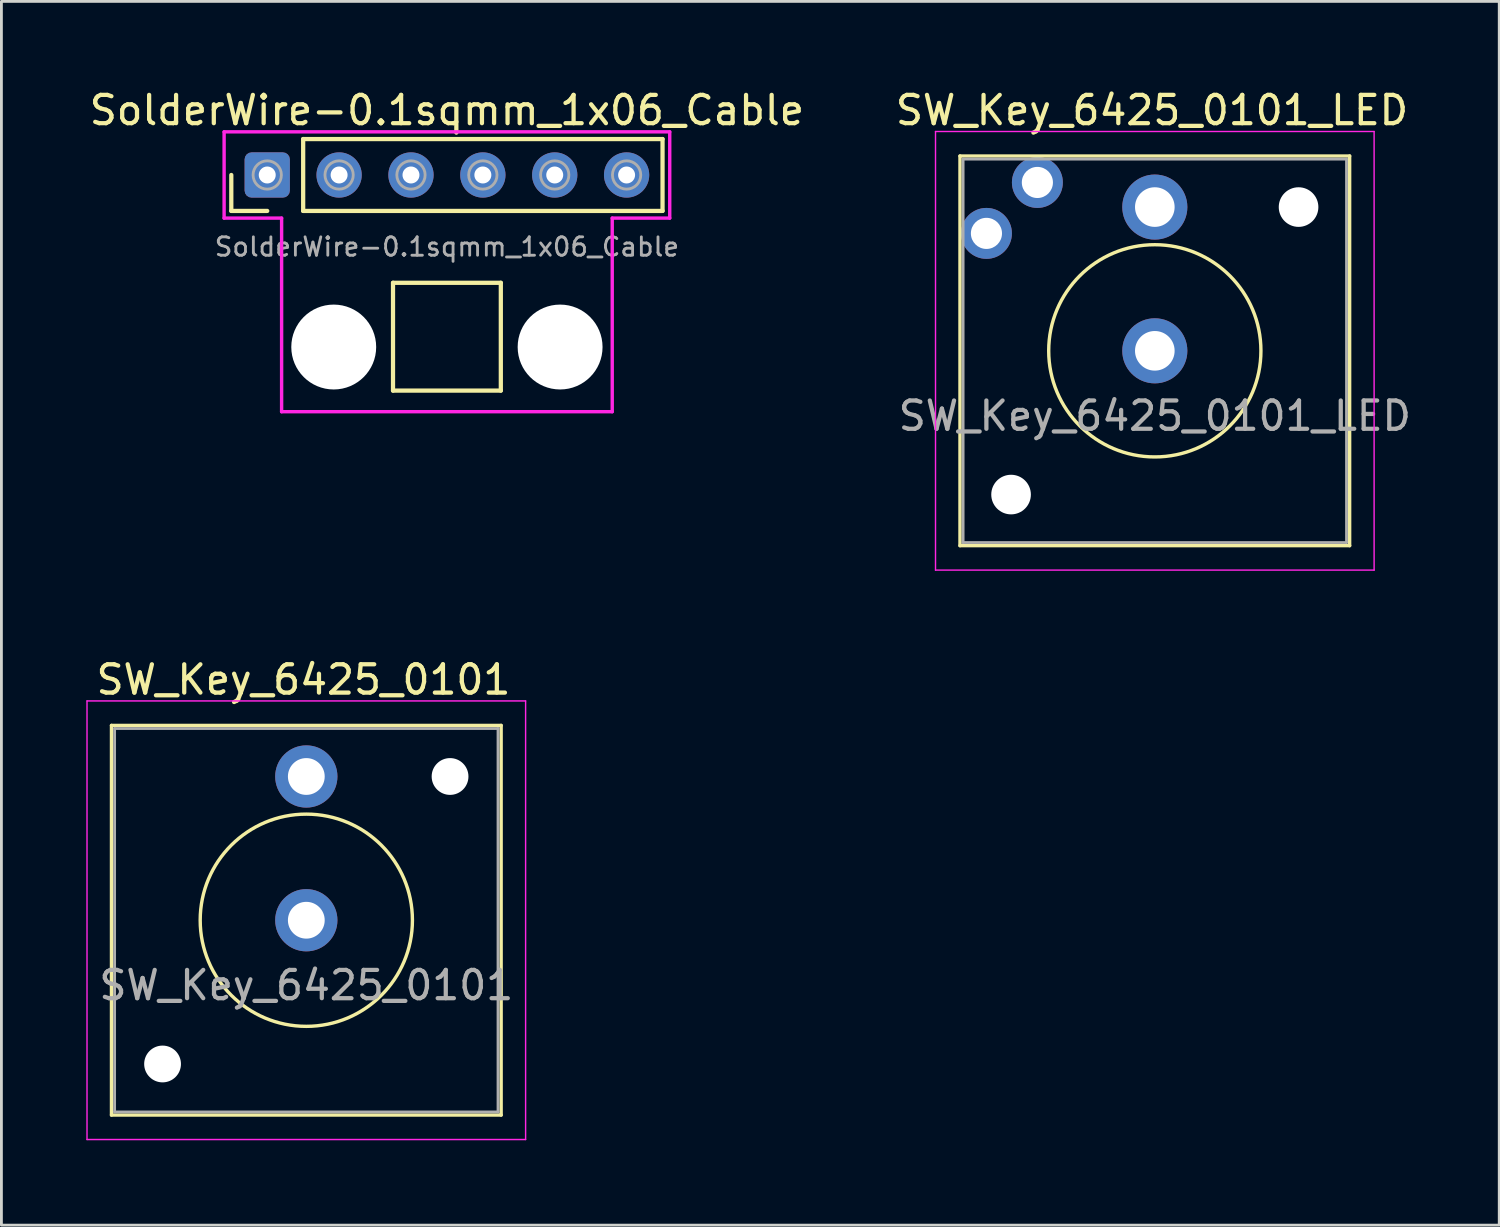
<source format=kicad_pcb>
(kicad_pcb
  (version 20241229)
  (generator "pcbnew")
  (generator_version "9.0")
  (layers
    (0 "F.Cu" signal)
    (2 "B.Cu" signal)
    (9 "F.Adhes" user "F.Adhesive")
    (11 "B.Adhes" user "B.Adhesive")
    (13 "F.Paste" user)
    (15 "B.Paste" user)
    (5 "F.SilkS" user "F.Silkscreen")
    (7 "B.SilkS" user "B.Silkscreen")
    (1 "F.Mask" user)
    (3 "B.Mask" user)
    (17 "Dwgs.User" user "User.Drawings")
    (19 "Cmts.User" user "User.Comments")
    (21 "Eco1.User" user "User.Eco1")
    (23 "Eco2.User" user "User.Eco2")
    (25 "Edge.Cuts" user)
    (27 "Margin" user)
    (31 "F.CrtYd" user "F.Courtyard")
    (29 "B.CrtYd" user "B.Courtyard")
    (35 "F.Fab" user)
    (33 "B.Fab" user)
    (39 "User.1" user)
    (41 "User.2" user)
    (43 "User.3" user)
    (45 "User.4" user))
  (footprint "SW_Key_6425_0101"
    (layer "F.Cu")
    (at 7.775 29.471)
    (property "Reference" "SW_Key_6425_0101" (at -0.1 -8.5 0) (layer "F.SilkS") (effects (font (size 1 1) (thickness 0.15))))
    (attr through_hole)
    (fp_line (start -6.885 -6.885) (end -6.885 6.885) (stroke (width 0.12) (type solid)) (layer "F.SilkS"))
    (fp_line (start -6.885 -6.885) (end 6.885 -6.885) (stroke (width 0.12) (type solid)) (layer "F.SilkS"))
    (fp_line (start 6.885 -6.885) (end 6.885 6.885) (stroke (width 0.12) (type solid)) (layer "F.SilkS"))
    (fp_line (start 6.885 6.885) (end -6.885 6.885) (stroke (width 0.12) (type solid)) (layer "F.SilkS"))
    (fp_circle (center 0 0) (end 3.75 0) (stroke (width 0.12) (type solid)) (fill no) (layer "F.SilkS"))
    (fp_line (start -7.75 -7.75) (end -7.75 7.75) (stroke (width 0.05) (type solid)) (layer "F.CrtYd"))
    (fp_line (start -7.75 -7.75) (end 7.75 -7.75) (stroke (width 0.05) (type solid)) (layer "F.CrtYd"))
    (fp_line (start 7.75 7.75) (end -7.75 7.75) (stroke (width 0.05) (type solid)) (layer "F.CrtYd"))
    (fp_line (start 7.75 7.75) (end 7.75 -7.75) (stroke (width 0.05) (type solid)) (layer "F.CrtYd"))
    (fp_line (start -6.775 -6.775) (end 6.775 -6.775) (stroke (width 0.1) (type solid)) (layer "F.Fab"))
    (fp_line (start -6.775 6.775) (end -6.775 -6.775) (stroke (width 0.1) (type solid)) (layer "F.Fab"))
    (fp_line (start 6.775 -6.775) (end 6.775 6.775) (stroke (width 0.1) (type solid)) (layer "F.Fab"))
    (fp_line (start 6.775 6.775) (end -6.775 6.775) (stroke (width 0.1) (type solid)) (layer "F.Fab"))
    (fp_text user "${REFERENCE}" (at 0 2.3 0) (layer "F.Fab") (effects (font (size 1 1) (thickness 0.15))))
    (pad "" np_thru_hole circle (at -5.08 5.08) (size 1.3 1.3) (drill 1.3) (layers "*.Cu" "*.Mask"))
    (pad "" np_thru_hole circle (at 5.08 -5.08) (size 1.3 1.3) (drill 1.3) (layers "*.Cu" "*.Mask"))
    (pad "1" thru_hole circle (at 0 0) (size 2.2 2.2) (drill 1.3) (layers "*.Cu" "*.Mask"))
    (pad "2" thru_hole circle (at 0 -5.08) (size 2.2 2.2) (drill 1.3) (layers "*.Cu" "*.Mask")))
  (footprint "SW_Key_6425_0101_LED"
    (layer "F.Cu")
    (at 37.761 9.348)
    (property "Reference" "SW_Key_6425_0101_LED" (at -0.1 -8.5 0) (layer "F.SilkS") (effects (font (size 1 1) (thickness 0.15))))
    (attr through_hole)
    (fp_line (start -6.885 -6.885) (end -6.885 6.885) (stroke (width 0.12) (type solid)) (layer "F.SilkS"))
    (fp_line (start -6.885 -6.885) (end 6.885 -6.885) (stroke (width 0.12) (type solid)) (layer "F.SilkS"))
    (fp_line (start 6.885 -6.885) (end 6.885 6.885) (stroke (width 0.12) (type solid)) (layer "F.SilkS"))
    (fp_line (start 6.885 6.885) (end -6.885 6.885) (stroke (width 0.12) (type solid)) (layer "F.SilkS"))
    (fp_circle (center 0 0) (end 3.75 0) (stroke (width 0.12) (type solid)) (fill no) (layer "F.SilkS"))
    (fp_line (start -7.75 -7.75) (end -7.75 7.75) (stroke (width 0.05) (type solid)) (layer "F.CrtYd"))
    (fp_line (start -7.75 -7.75) (end 7.75 -7.75) (stroke (width 0.05) (type solid)) (layer "F.CrtYd"))
    (fp_line (start 7.75 7.75) (end -7.75 7.75) (stroke (width 0.05) (type solid)) (layer "F.CrtYd"))
    (fp_line (start 7.75 7.75) (end 7.75 -7.75) (stroke (width 0.05) (type solid)) (layer "F.CrtYd"))
    (fp_line (start -6.775 -6.775) (end 6.775 -6.775) (stroke (width 0.1) (type solid)) (layer "F.Fab"))
    (fp_line (start -6.775 6.775) (end -6.775 -6.775) (stroke (width 0.1) (type solid)) (layer "F.Fab"))
    (fp_line (start 6.775 -6.775) (end 6.775 6.775) (stroke (width 0.1) (type solid)) (layer "F.Fab"))
    (fp_line (start 6.775 6.775) (end -6.775 6.775) (stroke (width 0.1) (type solid)) (layer "F.Fab"))
    (fp_text user "${REFERENCE}" (at 0 2.3 0) (layer "F.Fab") (effects (font (size 1 1) (thickness 0.15))))
    (pad "" np_thru_hole circle (at -5.08 5.08) (size 1.4 1.4) (drill 1.4) (layers "*.Cu" "*.Mask"))
    (pad "" np_thru_hole circle (at 5.08 -5.08) (size 1.4 1.4) (drill 1.4) (layers "*.Cu" "*.Mask"))
    (pad "1" thru_hole circle (at 0 0) (size 2.3 2.3) (drill 1.4) (layers "*.Cu" "*.Mask"))
    (pad "2" thru_hole circle (at 0 -5.08) (size 2.3 2.3) (drill 1.4) (layers "*.Cu" "*.Mask"))
    (pad "3" thru_hole circle (at -4.15 -5.95) (size 1.8 1.8) (drill 1.1) (layers "*.Cu" "*.Mask"))
    (pad "4" thru_hole circle (at -5.95 -4.15) (size 1.8 1.8) (drill 1.1) (layers "*.Cu" "*.Mask")))
  (footprint "SolderWire-0.1sqmm_1x06_Cable"
    (layer "F.Cu")
    (at 12.744 3.134)
    (property "Reference" "SolderWire-0.1sqmm_1x06_Cable" (at 0 -2.286 0) (layer "F.SilkS") (effects (font (size 1 1) (thickness 0.15))))
    (attr exclude_from_pos_files exclude_from_bom)
    (fp_line (start -7.62 0) (end -7.62 1.27) (stroke (width 0.15) (type solid)) (layer "F.SilkS"))
    (fp_line (start -7.62 1.27) (end -6.35 1.27) (stroke (width 0.15) (type solid)) (layer "F.SilkS"))
    (fp_line (start -5.08 -1.27) (end 7.62 -1.27) (stroke (width 0.15) (type solid)) (layer "F.SilkS"))
    (fp_line (start -5.08 1.27) (end -5.08 -1.27) (stroke (width 0.15) (type solid)) (layer "F.SilkS"))
    (fp_line (start -1.905 3.81) (end 1.905 3.81) (stroke (width 0.15) (type solid)) (layer "F.SilkS"))
    (fp_line (start -1.905 7.62) (end -1.905 3.81) (stroke (width 0.15) (type solid)) (layer "F.SilkS"))
    (fp_line (start -1.905 7.62) (end 1.905 7.62) (stroke (width 0.15) (type solid)) (layer "F.SilkS"))
    (fp_line (start 1.905 7.62) (end 1.905 3.81) (stroke (width 0.15) (type solid)) (layer "F.SilkS"))
    (fp_line (start 7.62 -1.27) (end 7.62 1.27) (stroke (width 0.15) (type solid)) (layer "F.SilkS"))
    (fp_line (start 7.62 1.27) (end -5.08 1.27) (stroke (width 0.15) (type solid)) (layer "F.SilkS"))
    (fp_line (start -7.874 -1.524) (end 7.874 -1.524) (stroke (width 0.12) (type solid)) (layer "F.CrtYd"))
    (fp_line (start -7.874 1.524) (end -7.874 -1.524) (stroke (width 0.12) (type solid)) (layer "F.CrtYd"))
    (fp_line (start -5.842 1.524) (end -7.874 1.524) (stroke (width 0.12) (type solid)) (layer "F.CrtYd"))
    (fp_line (start -5.842 8.366) (end -5.842 1.524) (stroke (width 0.12) (type solid)) (layer "F.CrtYd"))
    (fp_line (start 5.842 1.524) (end 5.842 8.366) (stroke (width 0.12) (type solid)) (layer "F.CrtYd"))
    (fp_line (start 5.842 8.366) (end -5.842 8.366) (stroke (width 0.12) (type solid)) (layer "F.CrtYd"))
    (fp_line (start 7.874 -1.524) (end 7.874 1.524) (stroke (width 0.12) (type solid)) (layer "F.CrtYd"))
    (fp_line (start 7.874 1.524) (end 5.842 1.524) (stroke (width 0.12) (type solid)) (layer "F.CrtYd"))
    (fp_circle (center -6.35 0) (end -5.85 0) (stroke (width 0.1) (type solid)) (fill no) (layer "F.Fab"))
    (fp_circle (center -3.81 0) (end -3.31 0) (stroke (width 0.1) (type solid)) (fill no) (layer "F.Fab"))
    (fp_circle (center -1.27 0) (end -0.77 0) (stroke (width 0.1) (type solid)) (fill no) (layer "F.Fab"))
    (fp_circle (center 1.27 0) (end 1.77 0) (stroke (width 0.1) (type solid)) (fill no) (layer "F.Fab"))
    (fp_circle (center 3.81 0) (end 4.31 0) (stroke (width 0.1) (type solid)) (fill no) (layer "F.Fab"))
    (fp_circle (center 6.35 0) (end 6.85 0) (stroke (width 0.1) (type solid)) (fill no) (layer "F.Fab"))
    (fp_text user "${REFERENCE}" (at 0 2.54 180) (layer "F.Fab") (effects (font (size 0.65 0.65) (thickness 0.1))))
    (pad "" np_thru_hole circle (at -4 6.08) (size 3 3) (drill 3) (layers "*.Cu" "*.Mask"))
    (pad "" np_thru_hole circle (at 4 6.08) (size 3 3) (drill 3) (layers "*.Cu" "*.Mask"))
    (pad "1" thru_hole roundrect (at -6.35 0) (size 1.6 1.6) (drill 0.6) (layers "*.Cu" "*.Mask") (roundrect_rratio 0.156))
    (pad "2" thru_hole circle (at -3.81 0) (size 1.6 1.6) (drill 0.6) (layers "*.Cu" "*.Mask"))
    (pad "3" thru_hole circle (at -1.27 0) (size 1.6 1.6) (drill 0.6) (layers "*.Cu" "*.Mask"))
    (pad "4" thru_hole circle (at 1.27 0) (size 1.6 1.6) (drill 0.6) (layers "*.Cu" "*.Mask"))
    (pad "5" thru_hole circle (at 3.81 0) (size 1.6 1.6) (drill 0.6) (layers "*.Cu" "*.Mask"))
    (pad "6" thru_hole circle (at 6.35 0) (size 1.6 1.6) (drill 0.6) (layers "*.Cu" "*.Mask")))
  (gr_rect
    (start -3 -3)
    (end 49.933 40.246)
    (stroke (width 0.1) (type default))
    (fill no)
    (layer "Edge.Cuts")))
</source>
